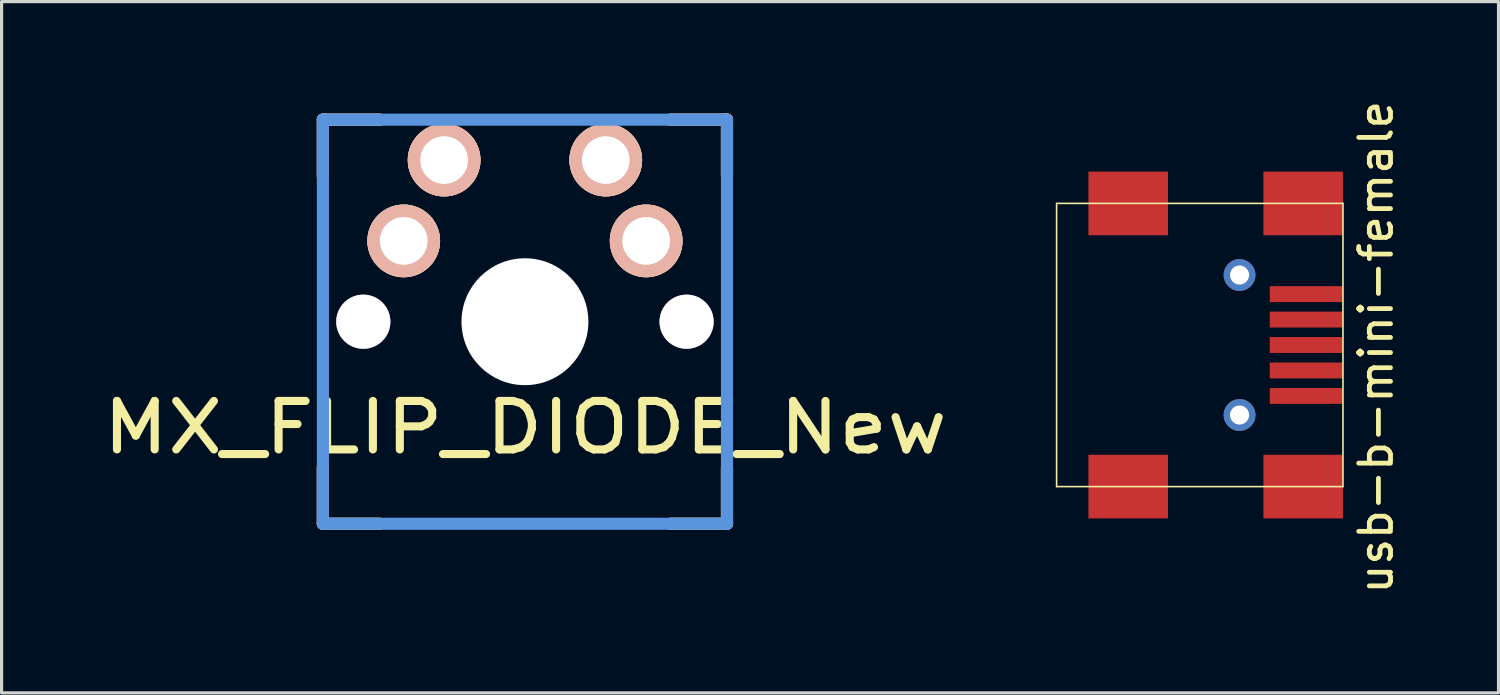
<source format=kicad_pcb>
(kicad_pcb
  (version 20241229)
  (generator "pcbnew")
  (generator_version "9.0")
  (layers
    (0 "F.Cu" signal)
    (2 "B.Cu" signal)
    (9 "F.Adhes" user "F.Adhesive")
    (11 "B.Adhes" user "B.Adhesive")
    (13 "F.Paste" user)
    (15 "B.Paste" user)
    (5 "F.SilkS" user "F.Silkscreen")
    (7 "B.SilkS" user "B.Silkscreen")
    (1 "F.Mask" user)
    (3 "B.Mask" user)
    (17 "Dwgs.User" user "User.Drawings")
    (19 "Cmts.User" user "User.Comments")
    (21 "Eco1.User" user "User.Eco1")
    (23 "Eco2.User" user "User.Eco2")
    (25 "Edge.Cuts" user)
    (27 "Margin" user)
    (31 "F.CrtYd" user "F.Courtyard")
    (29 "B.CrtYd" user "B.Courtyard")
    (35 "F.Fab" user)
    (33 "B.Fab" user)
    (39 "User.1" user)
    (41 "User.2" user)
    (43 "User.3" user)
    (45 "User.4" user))
  (footprint "usb-b-mini-female"
    (layer "F.Cu")
    (at 30.157 7.793)
    (property "Reference" "usb-b-mini-female" (at 10.04 0.07 90) (layer "F.SilkS") (effects (font (size 1 1) (thickness 0.15))))
    (attr through_hole)
    (fp_line (start 0 -4.45) (end 9 -4.45) (stroke (width 0.05) (type solid)) (layer "F.SilkS"))
    (fp_line (start 0 4.45) (end 0 -4.45) (stroke (width 0.05) (type solid)) (layer "F.SilkS"))
    (fp_line (start 0 4.45) (end 9 4.45) (stroke (width 0.05) (type solid)) (layer "F.SilkS"))
    (fp_line (start 9 -4.45) (end 9 4.45) (stroke (width 0.05) (type solid)) (layer "F.SilkS"))
    (pad "1" smd rect (at 7.85 -1.6) (size 2.3 0.5) (layers "F.Cu" "F.Mask" "F.Paste"))
    (pad "2" smd rect (at 7.85 -0.8) (size 2.3 0.5) (layers "F.Cu" "F.Mask" "F.Paste"))
    (pad "3" smd rect (at 7.85 0) (size 2.3 0.5) (layers "F.Cu" "F.Mask" "F.Paste"))
    (pad "4" smd rect (at 7.85 0.8) (size 2.3 0.5) (layers "F.Cu" "F.Mask" "F.Paste"))
    (pad "5" smd rect (at 7.85 1.6) (size 2.3 0.5) (layers "F.Cu" "F.Mask" "F.Paste"))
    (pad "6" connect rect (at 2.25 -4.45) (size 2.5 2) (layers "F.Cu" "F.Mask"))
    (pad "6" connect rect (at 2.25 4.45) (size 2.5 2) (layers "F.Cu" "F.Mask"))
    (pad "6" connect rect (at 7.75 -4.45) (size 2.5 2) (layers "F.Cu" "F.Mask"))
    (pad "6" connect rect (at 7.75 4.45) (size 2.5 2) (layers "F.Cu" "F.Mask"))
    (pad "7" thru_hole oval (at 5.75 -2.2) (size 1 1) (drill oval 0.6) (layers "*.Cu" "*.Mask"))
    (pad "7" thru_hole oval (at 5.75 2.2) (size 1 1) (drill oval 0.6) (layers "*.Cu" "*.Mask")))
  (footprint "MX_FLIP_DIODE_New"
    (layer "F.Cu")
    (at 13.448 7.061)
    (property "Reference" "MX_FLIP_DIODE_New" (at 0.005 3.322 0) (layer "F.SilkS") (effects (font (size 1.524 1.778) (thickness 0.254))))
    (attr through_hole)
    (fp_line (start -6.35 -6.35) (end -4.572 -6.35) (stroke (width 0.381) (type solid)) (layer "F.SilkS"))
    (fp_line (start -6.35 -4.572) (end -6.35 -6.35) (stroke (width 0.381) (type solid)) (layer "F.SilkS"))
    (fp_line (start -6.35 6.35) (end -6.35 4.572) (stroke (width 0.381) (type solid)) (layer "F.SilkS"))
    (fp_line (start -4.572 6.35) (end -6.35 6.35) (stroke (width 0.381) (type solid)) (layer "F.SilkS"))
    (fp_line (start 4.572 -6.35) (end 6.35 -6.35) (stroke (width 0.381) (type solid)) (layer "F.SilkS"))
    (fp_line (start 6.35 -6.35) (end 6.35 -4.572) (stroke (width 0.381) (type solid)) (layer "F.SilkS"))
    (fp_line (start 6.35 4.572) (end 6.35 6.35) (stroke (width 0.381) (type solid)) (layer "F.SilkS"))
    (fp_line (start 6.35 6.35) (end 4.572 6.35) (stroke (width 0.381) (type solid)) (layer "F.SilkS"))
    (fp_line (start -6.35 -6.35) (end -4.572 -6.35) (stroke (width 0.381) (type solid)) (layer "B.SilkS"))
    (fp_line (start -6.35 -4.572) (end -6.35 -6.35) (stroke (width 0.381) (type solid)) (layer "B.SilkS"))
    (fp_line (start -6.35 6.35) (end -6.35 4.572) (stroke (width 0.381) (type solid)) (layer "B.SilkS"))
    (fp_line (start -4.572 6.35) (end -6.35 6.35) (stroke (width 0.381) (type solid)) (layer "B.SilkS"))
    (fp_line (start 4.572 -6.35) (end 6.35 -6.35) (stroke (width 0.381) (type solid)) (layer "B.SilkS"))
    (fp_line (start 6.35 -6.35) (end 6.35 -4.572) (stroke (width 0.381) (type solid)) (layer "B.SilkS"))
    (fp_line (start 6.35 4.572) (end 6.35 6.35) (stroke (width 0.381) (type solid)) (layer "B.SilkS"))
    (fp_line (start 6.35 6.35) (end 4.572 6.35) (stroke (width 0.381) (type solid)) (layer "B.SilkS"))
    (fp_line (start -6.35 -6.35) (end 6.35 -6.35) (stroke (width 0.381) (type solid)) (layer "Cmts.User"))
    (fp_line (start -6.35 6.35) (end -6.35 -6.35) (stroke (width 0.381) (type solid)) (layer "Cmts.User"))
    (fp_line (start 6.35 -6.35) (end 6.35 6.35) (stroke (width 0.381) (type solid)) (layer "Cmts.User"))
    (fp_line (start 6.35 6.35) (end -6.35 6.35) (stroke (width 0.381) (type solid)) (layer "Cmts.User"))
    (fp_line (start -7.798 -6.005) (end -6.985 -6.005) (stroke (width 0.152) (type solid)) (layer "Eco2.User"))
    (fp_line (start -7.798 -2.504) (end -7.798 -6.005) (stroke (width 0.152) (type solid)) (layer "Eco2.User"))
    (fp_line (start -7.798 2.504) (end -6.985 2.504) (stroke (width 0.152) (type solid)) (layer "Eco2.User"))
    (fp_line (start -7.798 6.005) (end -7.798 2.504) (stroke (width 0.152) (type solid)) (layer "Eco2.User"))
    (fp_line (start -6.985 -6.985) (end 6.985 -6.985) (stroke (width 0.152) (type solid)) (layer "Eco2.User"))
    (fp_line (start -6.985 -6.005) (end -6.985 -6.985) (stroke (width 0.152) (type solid)) (layer "Eco2.User"))
    (fp_line (start -6.985 -2.504) (end -7.798 -2.504) (stroke (width 0.152) (type solid)) (layer "Eco2.User"))
    (fp_line (start -6.985 2.504) (end -6.985 -2.504) (stroke (width 0.152) (type solid)) (layer "Eco2.User"))
    (fp_line (start -6.985 6.005) (end -7.798 6.005) (stroke (width 0.152) (type solid)) (layer "Eco2.User"))
    (fp_line (start -6.985 6.985) (end -6.985 6.005) (stroke (width 0.152) (type solid)) (layer "Eco2.User"))
    (fp_line (start 6.985 -6.985) (end 6.985 -6.005) (stroke (width 0.152) (type solid)) (layer "Eco2.User"))
    (fp_line (start 6.985 -6.005) (end 7.798 -6.005) (stroke (width 0.152) (type solid)) (layer "Eco2.User"))
    (fp_line (start 6.985 -2.504) (end 6.985 2.504) (stroke (width 0.152) (type solid)) (layer "Eco2.User"))
    (fp_line (start 6.985 2.504) (end 7.798 2.504) (stroke (width 0.152) (type solid)) (layer "Eco2.User"))
    (fp_line (start 6.985 6.005) (end 6.985 6.985) (stroke (width 0.152) (type solid)) (layer "Eco2.User"))
    (fp_line (start 6.985 6.985) (end -6.985 6.985) (stroke (width 0.152) (type solid)) (layer "Eco2.User"))
    (fp_line (start 7.798 -6.005) (end 7.798 -2.504) (stroke (width 0.152) (type solid)) (layer "Eco2.User"))
    (fp_line (start 7.798 -2.504) (end 6.985 -2.504) (stroke (width 0.152) (type solid)) (layer "Eco2.User"))
    (fp_line (start 7.798 2.504) (end 7.798 6.005) (stroke (width 0.152) (type solid)) (layer "Eco2.User"))
    (fp_line (start 7.798 6.005) (end 6.985 6.005) (stroke (width 0.152) (type solid)) (layer "Eco2.User"))
    (pad "" np_thru_hole circle (at 0 0) (size 3.988 3.988) (drill 3.988) (layers "*.Cu"))
    (pad "0" thru_hole circle (at -5.08 0) (size 1.702 1.702) (drill 1.702) (layers "*.Cu"))
    (pad "0" thru_hole circle (at 5.08 0) (size 1.702 1.702) (drill 1.702) (layers "*.Cu"))
    (pad "1" thru_hole circle (at 2.54 -5.08) (size 2.286 2.286) (drill 1.499) (layers "*.Cu" "*.SilkS" "*.Mask"))
    (pad "1" thru_hole circle (at 3.81 -2.54) (size 2.286 2.286) (drill 1.499) (layers "*.Cu" "*.SilkS" "*.Mask"))
    (pad "2" thru_hole circle (at -3.81 -2.54) (size 2.286 2.286) (drill 1.499) (layers "*.Cu" "*.SilkS" "*.Mask"))
    (pad "2" thru_hole circle (at -2.54 -5.08) (size 2.286 2.286) (drill 1.499) (layers "*.Cu" "*.SilkS" "*.Mask")))
  (gr_rect
    (start -3 -3)
    (end 44.045 18.726)
    (stroke (width 0.1) (type default))
    (fill no)
    (layer "Edge.Cuts")))
</source>
